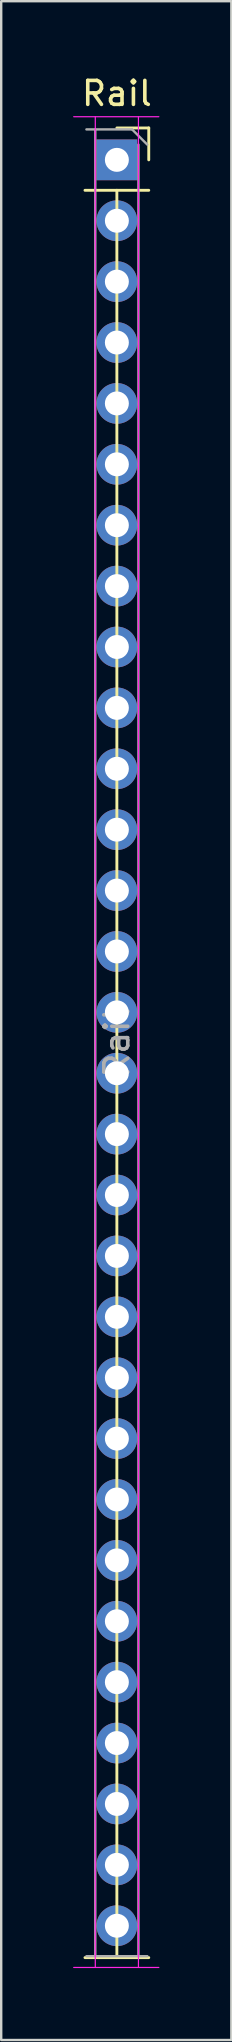
<source format=kicad_pcb>
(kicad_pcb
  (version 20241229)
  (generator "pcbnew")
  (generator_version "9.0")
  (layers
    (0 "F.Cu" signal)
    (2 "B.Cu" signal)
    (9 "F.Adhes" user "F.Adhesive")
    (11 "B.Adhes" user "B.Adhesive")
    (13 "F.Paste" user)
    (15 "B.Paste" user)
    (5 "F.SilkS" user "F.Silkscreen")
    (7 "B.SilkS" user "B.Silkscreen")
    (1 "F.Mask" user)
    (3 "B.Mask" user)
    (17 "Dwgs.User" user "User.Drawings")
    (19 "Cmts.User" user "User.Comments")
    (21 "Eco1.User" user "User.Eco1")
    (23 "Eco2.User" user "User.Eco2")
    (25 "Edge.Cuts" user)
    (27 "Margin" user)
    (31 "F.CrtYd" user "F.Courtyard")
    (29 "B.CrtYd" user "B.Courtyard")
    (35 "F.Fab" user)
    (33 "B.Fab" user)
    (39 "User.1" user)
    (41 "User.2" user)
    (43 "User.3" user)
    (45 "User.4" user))
  (footprint "Rail"
    (layer "F.Cu")
    (at 1.825 3.618)
    (property "Reference" "Rail" (at 0 -2.77 0) (layer "F.SilkS") (effects (font (size 1 1) (thickness 0.15))))
    (attr through_hole)
    (fp_line (start -1.33 1.27) (end 1.33 1.27) (stroke (width 0.12) (type solid)) (layer "F.SilkS"))
    (fp_line (start -1.33 74.99) (end 1.33 74.99) (stroke (width 0.12) (type solid)) (layer "F.SilkS"))
    (fp_line (start 0 -1.33) (end 1.33 -1.33) (stroke (width 0.12) (type solid)) (layer "F.SilkS"))
    (fp_line (start 0 1.27) (end 0 74.99) (stroke (width 0.12) (type solid)) (layer "F.SilkS"))
    (fp_line (start 1.33 -1.33) (end 1.33 0) (stroke (width 0.12) (type solid)) (layer "F.SilkS"))
    (fp_line (start -1.8 -1.8) (end 1.75 -1.8) (stroke (width 0.05) (type solid)) (layer "F.CrtYd"))
    (fp_line (start -0.9 75.4) (end -0.9 -1.8) (stroke (width 0.05) (type solid)) (layer "F.CrtYd"))
    (fp_line (start 0.9 -1.8) (end 0.9 75.4) (stroke (width 0.05) (type solid)) (layer "F.CrtYd"))
    (fp_line (start 1.75 75.4) (end -1.8 75.4) (stroke (width 0.05) (type solid)) (layer "F.CrtYd"))
    (fp_line (start -1.27 -1.27) (end 0.635 -1.27) (stroke (width 0.1) (type solid)) (layer "F.Fab"))
    (fp_line (start -0.9 74.93) (end -0.9 -1.27) (stroke (width 0.1) (type solid)) (layer "F.Fab"))
    (fp_line (start 0.635 -1.27) (end 1.27 -0.635) (stroke (width 0.1) (type solid)) (layer "F.Fab"))
    (fp_line (start 0.9 -0.635) (end 0.9 74.93) (stroke (width 0.1) (type solid)) (layer "F.Fab"))
    (fp_line (start 1.27 74.93) (end -1.27 74.93) (stroke (width 0.1) (type solid)) (layer "F.Fab"))
    (fp_text user "${REFERENCE}" (at 0 36.83 270) (layer "F.Fab") (effects (font (size 1 1) (thickness 0.15))))
    (pad "1" thru_hole rect (at 0 0) (size 1.7 1.7) (drill 1) (layers "*.Cu" "*.Mask"))
    (pad "2" thru_hole oval (at 0 2.54) (size 1.7 1.7) (drill 1) (layers "*.Cu" "*.Mask"))
    (pad "3" thru_hole oval (at 0 5.08) (size 1.7 1.7) (drill 1) (layers "*.Cu" "*.Mask"))
    (pad "4" thru_hole oval (at 0 7.62) (size 1.7 1.7) (drill 1) (layers "*.Cu" "*.Mask"))
    (pad "5" thru_hole oval (at 0 10.16) (size 1.7 1.7) (drill 1) (layers "*.Cu" "*.Mask"))
    (pad "6" thru_hole oval (at 0 12.7) (size 1.7 1.7) (drill 1) (layers "*.Cu" "*.Mask"))
    (pad "7" thru_hole oval (at 0 15.24) (size 1.7 1.7) (drill 1) (layers "*.Cu" "*.Mask"))
    (pad "8" thru_hole oval (at 0 17.78) (size 1.7 1.7) (drill 1) (layers "*.Cu" "*.Mask"))
    (pad "9" thru_hole oval (at 0 20.32) (size 1.7 1.7) (drill 1) (layers "*.Cu" "*.Mask"))
    (pad "10" thru_hole oval (at 0 22.86) (size 1.7 1.7) (drill 1) (layers "*.Cu" "*.Mask"))
    (pad "11" thru_hole oval (at 0 25.4) (size 1.7 1.7) (drill 1) (layers "*.Cu" "*.Mask"))
    (pad "12" thru_hole oval (at 0 27.94) (size 1.7 1.7) (drill 1) (layers "*.Cu" "*.Mask"))
    (pad "13" thru_hole oval (at 0 30.48) (size 1.7 1.7) (drill 1) (layers "*.Cu" "*.Mask"))
    (pad "14" thru_hole oval (at 0 33.02) (size 1.7 1.7) (drill 1) (layers "*.Cu" "*.Mask"))
    (pad "15" thru_hole oval (at 0 35.56) (size 1.7 1.7) (drill 1) (layers "*.Cu" "*.Mask"))
    (pad "16" thru_hole oval (at 0 38.1) (size 1.7 1.7) (drill 1) (layers "*.Cu" "*.Mask"))
    (pad "17" thru_hole oval (at 0 40.64) (size 1.7 1.7) (drill 1) (layers "*.Cu" "*.Mask"))
    (pad "18" thru_hole oval (at 0 43.18) (size 1.7 1.7) (drill 1) (layers "*.Cu" "*.Mask"))
    (pad "19" thru_hole oval (at 0 45.72) (size 1.7 1.7) (drill 1) (layers "*.Cu" "*.Mask"))
    (pad "20" thru_hole oval (at 0 48.26) (size 1.7 1.7) (drill 1) (layers "*.Cu" "*.Mask"))
    (pad "21" thru_hole oval (at 0 50.8) (size 1.7 1.7) (drill 1) (layers "*.Cu" "*.Mask"))
    (pad "22" thru_hole oval (at 0 53.34) (size 1.7 1.7) (drill 1) (layers "*.Cu" "*.Mask"))
    (pad "23" thru_hole oval (at 0 55.88) (size 1.7 1.7) (drill 1) (layers "*.Cu" "*.Mask"))
    (pad "24" thru_hole oval (at 0 58.42) (size 1.7 1.7) (drill 1) (layers "*.Cu" "*.Mask"))
    (pad "25" thru_hole oval (at 0 60.96) (size 1.7 1.7) (drill 1) (layers "*.Cu" "*.Mask"))
    (pad "26" thru_hole oval (at 0 63.5) (size 1.7 1.7) (drill 1) (layers "*.Cu" "*.Mask"))
    (pad "27" thru_hole oval (at 0 66.04) (size 1.7 1.7) (drill 1) (layers "*.Cu" "*.Mask"))
    (pad "28" thru_hole oval (at 0 68.58) (size 1.7 1.7) (drill 1) (layers "*.Cu" "*.Mask"))
    (pad "29" thru_hole oval (at 0 71.12) (size 1.7 1.7) (drill 1) (layers "*.Cu" "*.Mask"))
    (pad "30" thru_hole oval (at 0 73.66) (size 1.7 1.7) (drill 1) (layers "*.Cu" "*.Mask")))
  (gr_rect
    (start -3 -3)
    (end 6.6 82.043)
    (stroke (width 0.1) (type default))
    (fill no)
    (layer "Edge.Cuts")))
</source>
